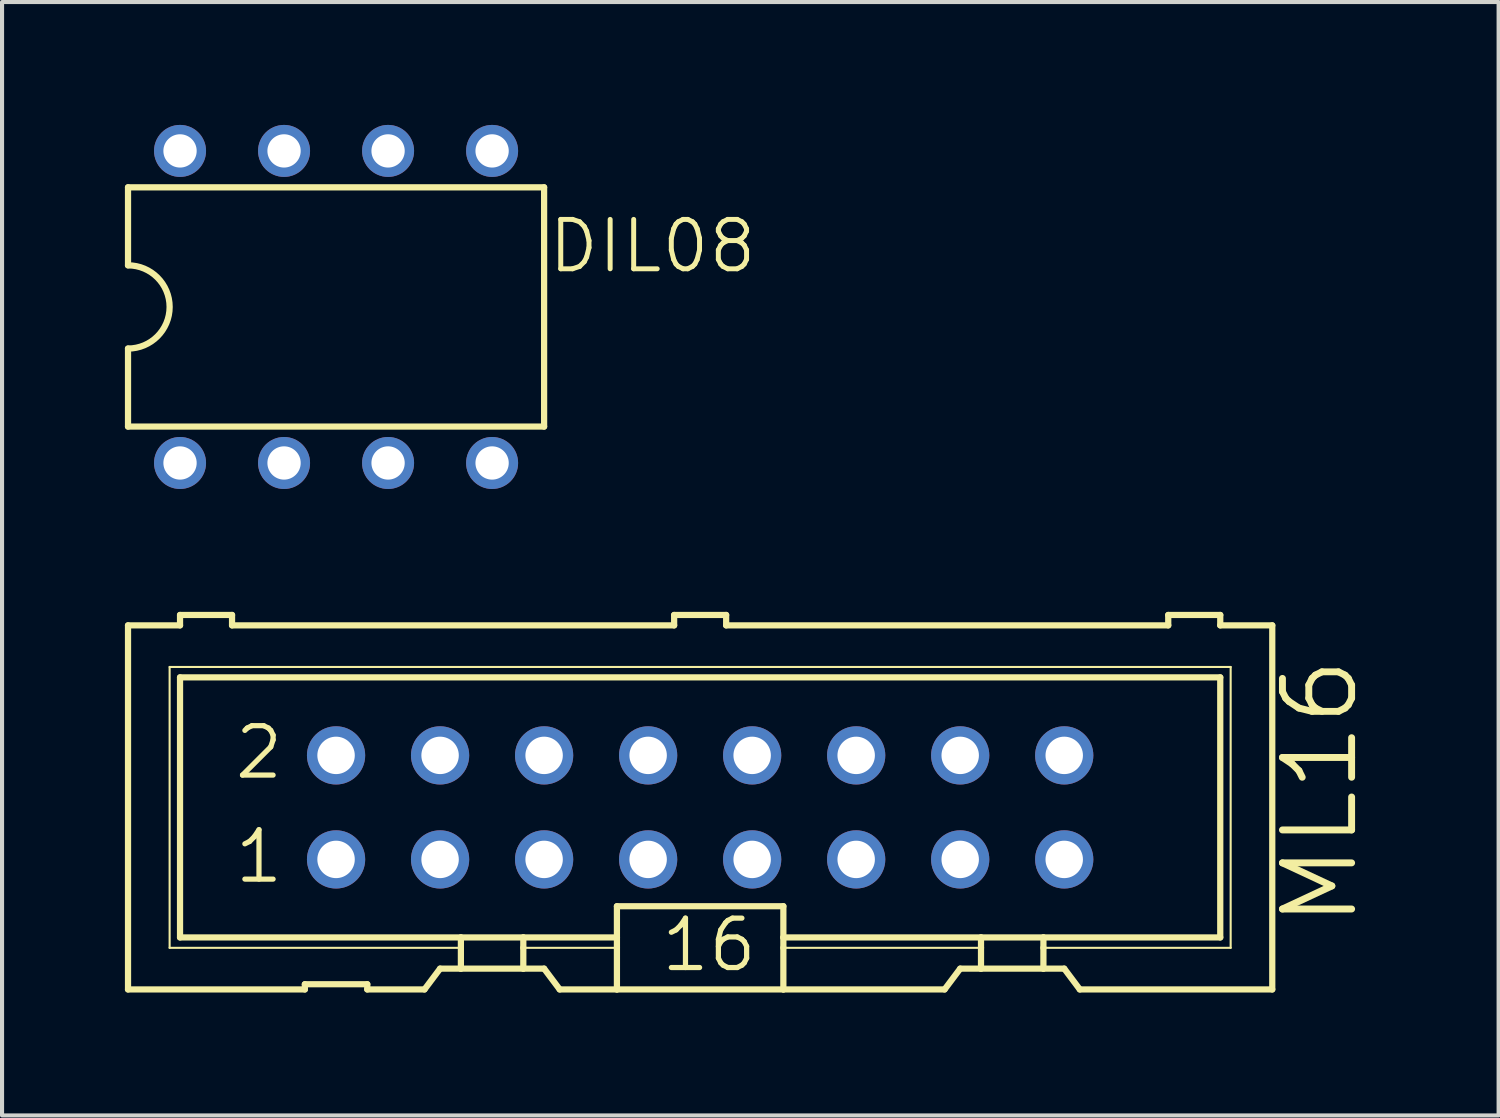
<source format=kicad_pcb>
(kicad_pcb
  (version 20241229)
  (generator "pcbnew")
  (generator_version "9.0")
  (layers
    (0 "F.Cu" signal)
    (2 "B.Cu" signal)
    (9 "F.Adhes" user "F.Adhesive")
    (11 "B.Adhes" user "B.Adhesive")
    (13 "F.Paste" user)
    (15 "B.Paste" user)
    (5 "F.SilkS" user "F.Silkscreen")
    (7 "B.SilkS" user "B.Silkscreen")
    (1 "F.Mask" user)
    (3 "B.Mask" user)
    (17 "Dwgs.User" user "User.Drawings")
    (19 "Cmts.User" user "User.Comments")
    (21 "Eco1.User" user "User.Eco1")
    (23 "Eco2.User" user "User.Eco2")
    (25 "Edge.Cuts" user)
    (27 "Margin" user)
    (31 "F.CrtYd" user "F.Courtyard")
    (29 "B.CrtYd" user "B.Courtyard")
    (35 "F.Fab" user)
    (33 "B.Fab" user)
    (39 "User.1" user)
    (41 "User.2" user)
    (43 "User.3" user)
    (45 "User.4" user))
  (footprint "DIL08"
    (layer "F.Cu")
    (at 5.156 4.445)
    (property "Reference" "DIL08" (at 5.12 -0.778 180) (layer "F.SilkS") (effects (font (size 1.206 1.206) (thickness 0.121)) (justify left bottom)))
    (attr through_hole)
    (fp_line (start -5.08 -2.921) (end -5.08 -1.016) (stroke (width 0.152) (type solid)) (layer "F.SilkS"))
    (fp_line (start -5.08 2.921) (end -5.08 1.016) (stroke (width 0.152) (type solid)) (layer "F.SilkS"))
    (fp_line (start -5.08 2.921) (end 5.08 2.921) (stroke (width 0.152) (type solid)) (layer "F.SilkS"))
    (fp_line (start 5.08 -2.921) (end -5.08 -2.921) (stroke (width 0.152) (type solid)) (layer "F.SilkS"))
    (fp_line (start 5.08 -2.921) (end 5.08 2.921) (stroke (width 0.152) (type solid)) (layer "F.SilkS"))
    (fp_arc (start -5.08 -1.016) (mid -4.064 0) (end -5.08 1.016) (stroke (width 0.1524) (type solid)) (layer "F.SilkS"))
    (pad "1" thru_hole circle (at -3.81 3.81 90) (size 1.27 1.27) (drill 0.813) (layers "*.Cu" "*.Mask"))
    (pad "2" thru_hole circle (at -1.27 3.81 90) (size 1.27 1.27) (drill 0.813) (layers "*.Cu" "*.Mask"))
    (pad "3" thru_hole circle (at 1.27 3.81 90) (size 1.27 1.27) (drill 0.813) (layers "*.Cu" "*.Mask"))
    (pad "4" thru_hole circle (at 3.81 3.81 90) (size 1.27 1.27) (drill 0.813) (layers "*.Cu" "*.Mask"))
    (pad "5" thru_hole circle (at 3.81 -3.81 90) (size 1.27 1.27) (drill 0.813) (layers "*.Cu" "*.Mask"))
    (pad "6" thru_hole circle (at 1.27 -3.81 90) (size 1.27 1.27) (drill 0.813) (layers "*.Cu" "*.Mask"))
    (pad "7" thru_hole circle (at -1.27 -3.81 90) (size 1.27 1.27) (drill 0.813) (layers "*.Cu" "*.Mask"))
    (pad "8" thru_hole circle (at -3.81 -3.81 90) (size 1.27 1.27) (drill 0.813) (layers "*.Cu" "*.Mask")))
  (footprint "ML16"
    (layer "F.Cu")
    (at 14.046 16.665)
    (property "Reference" "ML16" (at 16.123 2.994 90) (layer "F.SilkS") (effects (font (size 1.689 1.689) (thickness 0.169)) (justify left bottom)))
    (attr through_hole)
    (fp_line (start -13.97 -4.445) (end -13.97 4.445) (stroke (width 0.152) (type solid)) (layer "F.SilkS"))
    (fp_line (start -13.97 -4.445) (end -12.7 -4.445) (stroke (width 0.152) (type solid)) (layer "F.SilkS"))
    (fp_line (start -13.97 4.445) (end -9.652 4.445) (stroke (width 0.152) (type solid)) (layer "F.SilkS"))
    (fp_line (start -12.954 -3.429) (end -12.954 3.429) (stroke (width 0.051) (type solid)) (layer "F.SilkS"))
    (fp_line (start -12.954 3.429) (end -5.842 3.429) (stroke (width 0.051) (type solid)) (layer "F.SilkS"))
    (fp_line (start -12.7 -4.699) (end -12.7 -4.445) (stroke (width 0.152) (type solid)) (layer "F.SilkS"))
    (fp_line (start -12.7 -3.175) (end -12.7 3.175) (stroke (width 0.152) (type solid)) (layer "F.SilkS"))
    (fp_line (start -12.7 -3.175) (end 12.7 -3.175) (stroke (width 0.152) (type solid)) (layer "F.SilkS"))
    (fp_line (start -11.43 -4.699) (end -12.7 -4.699) (stroke (width 0.152) (type solid)) (layer "F.SilkS"))
    (fp_line (start -11.43 -4.699) (end -11.43 -4.445) (stroke (width 0.152) (type solid)) (layer "F.SilkS"))
    (fp_line (start -11.43 -4.445) (end -0.635 -4.445) (stroke (width 0.152) (type solid)) (layer "F.SilkS"))
    (fp_line (start -9.652 4.318) (end -9.652 4.445) (stroke (width 0.152) (type solid)) (layer "F.SilkS"))
    (fp_line (start -9.652 4.318) (end -8.128 4.318) (stroke (width 0.152) (type solid)) (layer "F.SilkS"))
    (fp_line (start -8.128 4.445) (end -8.128 4.318) (stroke (width 0.152) (type solid)) (layer "F.SilkS"))
    (fp_line (start -8.128 4.445) (end -6.731 4.445) (stroke (width 0.152) (type solid)) (layer "F.SilkS"))
    (fp_line (start -6.731 4.445) (end -6.35 3.937) (stroke (width 0.152) (type solid)) (layer "F.SilkS"))
    (fp_line (start -5.842 3.175) (end -12.7 3.175) (stroke (width 0.152) (type solid)) (layer "F.SilkS"))
    (fp_line (start -5.842 3.175) (end -5.842 3.429) (stroke (width 0.152) (type solid)) (layer "F.SilkS"))
    (fp_line (start -5.842 3.429) (end -5.842 3.937) (stroke (width 0.152) (type solid)) (layer "F.SilkS"))
    (fp_line (start -5.842 3.937) (end -6.35 3.937) (stroke (width 0.152) (type solid)) (layer "F.SilkS"))
    (fp_line (start -4.318 3.175) (end -5.842 3.175) (stroke (width 0.152) (type solid)) (layer "F.SilkS"))
    (fp_line (start -4.318 3.175) (end -4.318 3.429) (stroke (width 0.152) (type solid)) (layer "F.SilkS"))
    (fp_line (start -4.318 3.429) (end -4.318 3.937) (stroke (width 0.152) (type solid)) (layer "F.SilkS"))
    (fp_line (start -4.318 3.429) (end -2.032 3.429) (stroke (width 0.051) (type solid)) (layer "F.SilkS"))
    (fp_line (start -4.318 3.937) (end -5.842 3.937) (stroke (width 0.152) (type solid)) (layer "F.SilkS"))
    (fp_line (start -3.81 3.937) (end -4.318 3.937) (stroke (width 0.152) (type solid)) (layer "F.SilkS"))
    (fp_line (start -3.81 3.937) (end -3.429 4.445) (stroke (width 0.152) (type solid)) (layer "F.SilkS"))
    (fp_line (start -3.429 4.445) (end -2.032 4.445) (stroke (width 0.152) (type solid)) (layer "F.SilkS"))
    (fp_line (start -2.032 3.175) (end -4.318 3.175) (stroke (width 0.152) (type solid)) (layer "F.SilkS"))
    (fp_line (start -2.032 3.175) (end -2.032 2.413) (stroke (width 0.152) (type solid)) (layer "F.SilkS"))
    (fp_line (start -2.032 3.175) (end -2.032 3.429) (stroke (width 0.152) (type solid)) (layer "F.SilkS"))
    (fp_line (start -2.032 3.429) (end -2.032 4.445) (stroke (width 0.152) (type solid)) (layer "F.SilkS"))
    (fp_line (start -0.635 -4.699) (end -0.635 -4.445) (stroke (width 0.152) (type solid)) (layer "F.SilkS"))
    (fp_line (start 0.635 -4.699) (end -0.635 -4.699) (stroke (width 0.152) (type solid)) (layer "F.SilkS"))
    (fp_line (start 0.635 -4.699) (end 0.635 -4.445) (stroke (width 0.152) (type solid)) (layer "F.SilkS"))
    (fp_line (start 0.635 -4.445) (end 11.43 -4.445) (stroke (width 0.152) (type solid)) (layer "F.SilkS"))
    (fp_line (start 2.032 2.413) (end -2.032 2.413) (stroke (width 0.152) (type solid)) (layer "F.SilkS"))
    (fp_line (start 2.032 2.413) (end 2.032 3.175) (stroke (width 0.152) (type solid)) (layer "F.SilkS"))
    (fp_line (start 2.032 3.175) (end 2.032 3.429) (stroke (width 0.152) (type solid)) (layer "F.SilkS"))
    (fp_line (start 2.032 3.429) (end 2.032 4.445) (stroke (width 0.152) (type solid)) (layer "F.SilkS"))
    (fp_line (start 2.032 4.445) (end -2.032 4.445) (stroke (width 0.152) (type solid)) (layer "F.SilkS"))
    (fp_line (start 5.969 4.445) (end 2.032 4.445) (stroke (width 0.152) (type solid)) (layer "F.SilkS"))
    (fp_line (start 5.969 4.445) (end 6.35 3.937) (stroke (width 0.152) (type solid)) (layer "F.SilkS"))
    (fp_line (start 6.858 3.175) (end 2.032 3.175) (stroke (width 0.152) (type solid)) (layer "F.SilkS"))
    (fp_line (start 6.858 3.175) (end 6.858 3.429) (stroke (width 0.152) (type solid)) (layer "F.SilkS"))
    (fp_line (start 6.858 3.429) (end 2.032 3.429) (stroke (width 0.051) (type solid)) (layer "F.SilkS"))
    (fp_line (start 6.858 3.429) (end 6.858 3.937) (stroke (width 0.152) (type solid)) (layer "F.SilkS"))
    (fp_line (start 6.858 3.937) (end 6.35 3.937) (stroke (width 0.152) (type solid)) (layer "F.SilkS"))
    (fp_line (start 8.382 3.175) (end 6.858 3.175) (stroke (width 0.152) (type solid)) (layer "F.SilkS"))
    (fp_line (start 8.382 3.175) (end 8.382 3.429) (stroke (width 0.152) (type solid)) (layer "F.SilkS"))
    (fp_line (start 8.382 3.429) (end 8.382 3.937) (stroke (width 0.152) (type solid)) (layer "F.SilkS"))
    (fp_line (start 8.382 3.429) (end 12.954 3.429) (stroke (width 0.051) (type solid)) (layer "F.SilkS"))
    (fp_line (start 8.382 3.937) (end 6.858 3.937) (stroke (width 0.152) (type solid)) (layer "F.SilkS"))
    (fp_line (start 8.89 3.937) (end 8.382 3.937) (stroke (width 0.152) (type solid)) (layer "F.SilkS"))
    (fp_line (start 8.89 3.937) (end 9.271 4.445) (stroke (width 0.152) (type solid)) (layer "F.SilkS"))
    (fp_line (start 11.43 -4.445) (end 11.43 -4.699) (stroke (width 0.152) (type solid)) (layer "F.SilkS"))
    (fp_line (start 12.7 -4.699) (end 11.43 -4.699) (stroke (width 0.152) (type solid)) (layer "F.SilkS"))
    (fp_line (start 12.7 -4.445) (end 12.7 -4.699) (stroke (width 0.152) (type solid)) (layer "F.SilkS"))
    (fp_line (start 12.7 -4.445) (end 13.97 -4.445) (stroke (width 0.152) (type solid)) (layer "F.SilkS"))
    (fp_line (start 12.7 3.175) (end 8.382 3.175) (stroke (width 0.152) (type solid)) (layer "F.SilkS"))
    (fp_line (start 12.7 3.175) (end 12.7 -3.175) (stroke (width 0.152) (type solid)) (layer "F.SilkS"))
    (fp_line (start 12.954 -3.429) (end -12.954 -3.429) (stroke (width 0.051) (type solid)) (layer "F.SilkS"))
    (fp_line (start 12.954 3.429) (end 12.954 -3.429) (stroke (width 0.051) (type solid)) (layer "F.SilkS"))
    (fp_line (start 13.97 4.445) (end 9.271 4.445) (stroke (width 0.152) (type solid)) (layer "F.SilkS"))
    (fp_line (start 13.97 4.445) (end 13.97 -4.445) (stroke (width 0.152) (type solid)) (layer "F.SilkS"))
    (fp_poly (pts (xy -9.144 -1.016) (xy -8.636 -1.016) (xy -8.636 -1.524) (xy -9.144 -1.524)) (stroke (width 0.1) (type solid)) (fill no) (layer "F.Fab"))
    (fp_poly (pts (xy -9.144 1.524) (xy -8.636 1.524) (xy -8.636 1.016) (xy -9.144 1.016)) (stroke (width 0.1) (type solid)) (fill no) (layer "F.Fab"))
    (fp_poly (pts (xy -6.604 -1.016) (xy -6.096 -1.016) (xy -6.096 -1.524) (xy -6.604 -1.524)) (stroke (width 0.1) (type solid)) (fill no) (layer "F.Fab"))
    (fp_poly (pts (xy -6.604 1.524) (xy -6.096 1.524) (xy -6.096 1.016) (xy -6.604 1.016)) (stroke (width 0.1) (type solid)) (fill no) (layer "F.Fab"))
    (fp_poly (pts (xy -4.064 -1.016) (xy -3.556 -1.016) (xy -3.556 -1.524) (xy -4.064 -1.524)) (stroke (width 0.1) (type solid)) (fill no) (layer "F.Fab"))
    (fp_poly (pts (xy -4.064 1.524) (xy -3.556 1.524) (xy -3.556 1.016) (xy -4.064 1.016)) (stroke (width 0.1) (type solid)) (fill no) (layer "F.Fab"))
    (fp_poly (pts (xy -1.524 -1.016) (xy -1.016 -1.016) (xy -1.016 -1.524) (xy -1.524 -1.524)) (stroke (width 0.1) (type solid)) (fill no) (layer "F.Fab"))
    (fp_poly (pts (xy -1.524 1.524) (xy -1.016 1.524) (xy -1.016 1.016) (xy -1.524 1.016)) (stroke (width 0.1) (type solid)) (fill no) (layer "F.Fab"))
    (fp_poly (pts (xy 1.016 -1.016) (xy 1.524 -1.016) (xy 1.524 -1.524) (xy 1.016 -1.524)) (stroke (width 0.1) (type solid)) (fill no) (layer "F.Fab"))
    (fp_poly (pts (xy 1.016 1.524) (xy 1.524 1.524) (xy 1.524 1.016) (xy 1.016 1.016)) (stroke (width 0.1) (type solid)) (fill no) (layer "F.Fab"))
    (fp_poly (pts (xy 3.556 -1.016) (xy 4.064 -1.016) (xy 4.064 -1.524) (xy 3.556 -1.524)) (stroke (width 0.1) (type solid)) (fill no) (layer "F.Fab"))
    (fp_poly (pts (xy 3.556 1.524) (xy 4.064 1.524) (xy 4.064 1.016) (xy 3.556 1.016)) (stroke (width 0.1) (type solid)) (fill no) (layer "F.Fab"))
    (fp_poly (pts (xy 6.096 -1.016) (xy 6.604 -1.016) (xy 6.604 -1.524) (xy 6.096 -1.524)) (stroke (width 0.1) (type solid)) (fill no) (layer "F.Fab"))
    (fp_poly (pts (xy 6.096 1.524) (xy 6.604 1.524) (xy 6.604 1.016) (xy 6.096 1.016)) (stroke (width 0.1) (type solid)) (fill no) (layer "F.Fab"))
    (fp_poly (pts (xy 8.636 -1.016) (xy 9.144 -1.016) (xy 9.144 -1.524) (xy 8.636 -1.524)) (stroke (width 0.1) (type solid)) (fill no) (layer "F.Fab"))
    (fp_poly (pts (xy 8.636 1.524) (xy 9.144 1.524) (xy 9.144 1.016) (xy 8.636 1.016)) (stroke (width 0.1) (type solid)) (fill no) (layer "F.Fab"))
    (fp_text user "1" (at -11.43 1.905 0) (layer "F.SilkS") (effects (font (size 1.206 1.206) (thickness 0.127)) (justify left bottom)))
    (fp_text user "2" (at -11.43 -0.635 0) (layer "F.SilkS") (effects (font (size 1.206 1.206) (thickness 0.127)) (justify left bottom)))
    (fp_text user "16" (at -1.016 4.064 0) (layer "F.SilkS") (effects (font (size 1.206 1.206) (thickness 0.127)) (justify left bottom)))
    (pad "1" thru_hole circle (at -8.89 1.27) (size 1.422 1.422) (drill 0.914) (layers "*.Cu" "*.Mask"))
    (pad "2" thru_hole circle (at -8.89 -1.27) (size 1.422 1.422) (drill 0.914) (layers "*.Cu" "*.Mask"))
    (pad "3" thru_hole circle (at -6.35 1.27) (size 1.422 1.422) (drill 0.914) (layers "*.Cu" "*.Mask"))
    (pad "4" thru_hole circle (at -6.35 -1.27) (size 1.422 1.422) (drill 0.914) (layers "*.Cu" "*.Mask"))
    (pad "5" thru_hole circle (at -3.81 1.27) (size 1.422 1.422) (drill 0.914) (layers "*.Cu" "*.Mask"))
    (pad "6" thru_hole circle (at -3.81 -1.27) (size 1.422 1.422) (drill 0.914) (layers "*.Cu" "*.Mask"))
    (pad "7" thru_hole circle (at -1.27 1.27) (size 1.422 1.422) (drill 0.914) (layers "*.Cu" "*.Mask"))
    (pad "8" thru_hole circle (at -1.27 -1.27) (size 1.422 1.422) (drill 0.914) (layers "*.Cu" "*.Mask"))
    (pad "9" thru_hole circle (at 1.27 1.27) (size 1.422 1.422) (drill 0.914) (layers "*.Cu" "*.Mask"))
    (pad "10" thru_hole circle (at 1.27 -1.27) (size 1.422 1.422) (drill 0.914) (layers "*.Cu" "*.Mask"))
    (pad "11" thru_hole circle (at 3.81 1.27) (size 1.422 1.422) (drill 0.914) (layers "*.Cu" "*.Mask"))
    (pad "12" thru_hole circle (at 3.81 -1.27) (size 1.422 1.422) (drill 0.914) (layers "*.Cu" "*.Mask"))
    (pad "13" thru_hole circle (at 6.35 1.27) (size 1.422 1.422) (drill 0.914) (layers "*.Cu" "*.Mask"))
    (pad "14" thru_hole circle (at 6.35 -1.27) (size 1.422 1.422) (drill 0.914) (layers "*.Cu" "*.Mask"))
    (pad "15" thru_hole circle (at 8.89 1.27) (size 1.422 1.422) (drill 0.914) (layers "*.Cu" "*.Mask"))
    (pad "16" thru_hole circle (at 8.89 -1.27) (size 1.422 1.422) (drill 0.914) (layers "*.Cu" "*.Mask")))
  (gr_rect
    (start -3 -3)
    (end 33.543 24.186)
    (stroke (width 0.1) (type default))
    (fill no)
    (layer "Edge.Cuts")))
</source>
